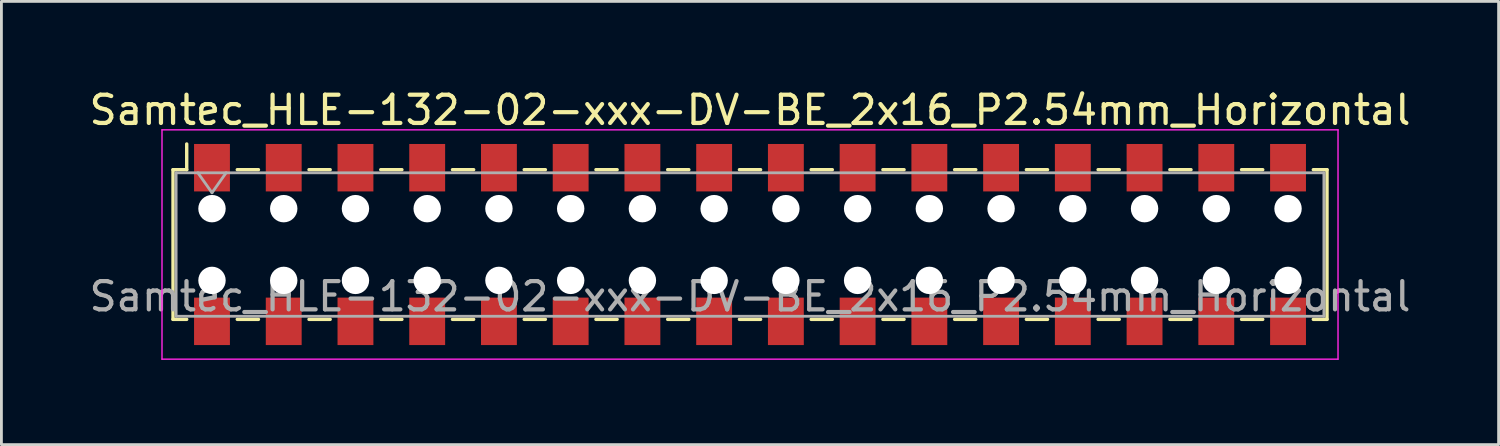
<source format=kicad_pcb>
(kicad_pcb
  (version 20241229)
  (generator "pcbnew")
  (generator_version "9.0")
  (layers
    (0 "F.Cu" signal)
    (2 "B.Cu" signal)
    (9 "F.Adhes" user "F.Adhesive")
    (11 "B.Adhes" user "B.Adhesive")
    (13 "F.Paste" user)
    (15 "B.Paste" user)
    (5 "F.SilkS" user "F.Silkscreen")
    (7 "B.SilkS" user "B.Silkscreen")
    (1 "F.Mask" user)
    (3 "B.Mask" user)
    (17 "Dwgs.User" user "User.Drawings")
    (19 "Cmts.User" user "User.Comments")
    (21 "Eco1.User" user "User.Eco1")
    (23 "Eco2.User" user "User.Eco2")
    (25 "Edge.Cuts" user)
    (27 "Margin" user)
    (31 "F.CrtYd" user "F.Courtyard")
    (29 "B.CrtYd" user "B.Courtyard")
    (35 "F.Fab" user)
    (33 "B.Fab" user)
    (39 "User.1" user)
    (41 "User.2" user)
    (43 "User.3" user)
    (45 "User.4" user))
  (footprint "Samtec_HLE-132-02-xxx-DV-BE_2x16_P2.54mm_Horizontal"
    (layer "F.Cu")
    (at 23.506 5.608)
    (property "Reference" "Samtec_HLE-132-02-xxx-DV-BE_2x16_P2.54mm_Horizontal" (at 0 -4.76 0) (layer "F.SilkS") (effects (font (size 1 1) (thickness 0.15))))
    (attr smd)
    (fp_line (start -20.43 -2.65) (end -20.43 2.65) (stroke (width 0.12) (type solid)) (layer "F.SilkS"))
    (fp_line (start -20.43 2.65) (end -19.945 2.65) (stroke (width 0.12) (type solid)) (layer "F.SilkS"))
    (fp_line (start -19.945 -3.56) (end -19.945 -2.65) (stroke (width 0.12) (type solid)) (layer "F.SilkS"))
    (fp_line (start -19.945 -2.65) (end -20.43 -2.65) (stroke (width 0.12) (type solid)) (layer "F.SilkS"))
    (fp_line (start -18.155 -2.65) (end -17.405 -2.65) (stroke (width 0.12) (type solid)) (layer "F.SilkS"))
    (fp_line (start -18.155 2.65) (end -17.405 2.65) (stroke (width 0.12) (type solid)) (layer "F.SilkS"))
    (fp_line (start -15.615 -2.65) (end -14.865 -2.65) (stroke (width 0.12) (type solid)) (layer "F.SilkS"))
    (fp_line (start -15.615 2.65) (end -14.865 2.65) (stroke (width 0.12) (type solid)) (layer "F.SilkS"))
    (fp_line (start -13.075 -2.65) (end -12.325 -2.65) (stroke (width 0.12) (type solid)) (layer "F.SilkS"))
    (fp_line (start -13.075 2.65) (end -12.325 2.65) (stroke (width 0.12) (type solid)) (layer "F.SilkS"))
    (fp_line (start -10.535 -2.65) (end -9.785 -2.65) (stroke (width 0.12) (type solid)) (layer "F.SilkS"))
    (fp_line (start -10.535 2.65) (end -9.785 2.65) (stroke (width 0.12) (type solid)) (layer "F.SilkS"))
    (fp_line (start -7.995 -2.65) (end -7.245 -2.65) (stroke (width 0.12) (type solid)) (layer "F.SilkS"))
    (fp_line (start -7.995 2.65) (end -7.245 2.65) (stroke (width 0.12) (type solid)) (layer "F.SilkS"))
    (fp_line (start -5.455 -2.65) (end -4.705 -2.65) (stroke (width 0.12) (type solid)) (layer "F.SilkS"))
    (fp_line (start -5.455 2.65) (end -4.705 2.65) (stroke (width 0.12) (type solid)) (layer "F.SilkS"))
    (fp_line (start -2.915 -2.65) (end -2.165 -2.65) (stroke (width 0.12) (type solid)) (layer "F.SilkS"))
    (fp_line (start -2.915 2.65) (end -2.165 2.65) (stroke (width 0.12) (type solid)) (layer "F.SilkS"))
    (fp_line (start -0.375 -2.65) (end 0.375 -2.65) (stroke (width 0.12) (type solid)) (layer "F.SilkS"))
    (fp_line (start -0.375 2.65) (end 0.375 2.65) (stroke (width 0.12) (type solid)) (layer "F.SilkS"))
    (fp_line (start 2.165 -2.65) (end 2.915 -2.65) (stroke (width 0.12) (type solid)) (layer "F.SilkS"))
    (fp_line (start 2.165 2.65) (end 2.915 2.65) (stroke (width 0.12) (type solid)) (layer "F.SilkS"))
    (fp_line (start 4.705 -2.65) (end 5.455 -2.65) (stroke (width 0.12) (type solid)) (layer "F.SilkS"))
    (fp_line (start 4.705 2.65) (end 5.455 2.65) (stroke (width 0.12) (type solid)) (layer "F.SilkS"))
    (fp_line (start 7.245 -2.65) (end 7.995 -2.65) (stroke (width 0.12) (type solid)) (layer "F.SilkS"))
    (fp_line (start 7.245 2.65) (end 7.995 2.65) (stroke (width 0.12) (type solid)) (layer "F.SilkS"))
    (fp_line (start 9.785 -2.65) (end 10.535 -2.65) (stroke (width 0.12) (type solid)) (layer "F.SilkS"))
    (fp_line (start 9.785 2.65) (end 10.535 2.65) (stroke (width 0.12) (type solid)) (layer "F.SilkS"))
    (fp_line (start 12.325 -2.65) (end 13.075 -2.65) (stroke (width 0.12) (type solid)) (layer "F.SilkS"))
    (fp_line (start 12.325 2.65) (end 13.075 2.65) (stroke (width 0.12) (type solid)) (layer "F.SilkS"))
    (fp_line (start 14.865 -2.65) (end 15.615 -2.65) (stroke (width 0.12) (type solid)) (layer "F.SilkS"))
    (fp_line (start 14.865 2.65) (end 15.615 2.65) (stroke (width 0.12) (type solid)) (layer "F.SilkS"))
    (fp_line (start 17.405 -2.65) (end 18.155 -2.65) (stroke (width 0.12) (type solid)) (layer "F.SilkS"))
    (fp_line (start 17.405 2.65) (end 18.155 2.65) (stroke (width 0.12) (type solid)) (layer "F.SilkS"))
    (fp_line (start 19.945 -2.65) (end 20.43 -2.65) (stroke (width 0.12) (type solid)) (layer "F.SilkS"))
    (fp_line (start 20.43 -2.65) (end 20.43 2.65) (stroke (width 0.12) (type solid)) (layer "F.SilkS"))
    (fp_line (start 20.43 2.65) (end 19.945 2.65) (stroke (width 0.12) (type solid)) (layer "F.SilkS"))
    (fp_line (start -20.82 -4.06) (end 20.82 -4.06) (stroke (width 0.05) (type solid)) (layer "F.CrtYd"))
    (fp_line (start -20.82 4.06) (end -20.82 -4.06) (stroke (width 0.05) (type solid)) (layer "F.CrtYd"))
    (fp_line (start 20.82 -4.06) (end 20.82 4.06) (stroke (width 0.05) (type solid)) (layer "F.CrtYd"))
    (fp_line (start 20.82 4.06) (end -20.82 4.06) (stroke (width 0.05) (type solid)) (layer "F.CrtYd"))
    (fp_line (start -20.32 -2.54) (end 20.32 -2.54) (stroke (width 0.1) (type solid)) (layer "F.Fab"))
    (fp_line (start -20.32 2.54) (end -20.32 -2.54) (stroke (width 0.1) (type solid)) (layer "F.Fab"))
    (fp_line (start -19.55 -2.54) (end -19.05 -1.833) (stroke (width 0.1) (type solid)) (layer "F.Fab"))
    (fp_line (start -19.05 -1.833) (end -18.55 -2.54) (stroke (width 0.1) (type solid)) (layer "F.Fab"))
    (fp_line (start 20.32 -2.54) (end 20.32 2.54) (stroke (width 0.1) (type solid)) (layer "F.Fab"))
    (fp_line (start 20.32 2.54) (end -20.32 2.54) (stroke (width 0.1) (type solid)) (layer "F.Fab"))
    (fp_text user "${REFERENCE}" (at 0 1.84 0) (layer "F.Fab") (effects (font (size 1 1) (thickness 0.15))))
    (pad "" np_thru_hole circle (at -19.05 -1.27) (size 0.97 0.97) (drill 0.97) (layers "*.Cu" "*.Mask"))
    (pad "" np_thru_hole circle (at -19.05 1.27) (size 0.97 0.97) (drill 0.97) (layers "*.Cu" "*.Mask"))
    (pad "" np_thru_hole circle (at -16.51 -1.27) (size 0.97 0.97) (drill 0.97) (layers "*.Cu" "*.Mask"))
    (pad "" np_thru_hole circle (at -16.51 1.27) (size 0.97 0.97) (drill 0.97) (layers "*.Cu" "*.Mask"))
    (pad "" np_thru_hole circle (at -13.97 -1.27) (size 0.97 0.97) (drill 0.97) (layers "*.Cu" "*.Mask"))
    (pad "" np_thru_hole circle (at -13.97 1.27) (size 0.97 0.97) (drill 0.97) (layers "*.Cu" "*.Mask"))
    (pad "" np_thru_hole circle (at -11.43 -1.27) (size 0.97 0.97) (drill 0.97) (layers "*.Cu" "*.Mask"))
    (pad "" np_thru_hole circle (at -11.43 1.27) (size 0.97 0.97) (drill 0.97) (layers "*.Cu" "*.Mask"))
    (pad "" np_thru_hole circle (at -8.89 -1.27) (size 0.97 0.97) (drill 0.97) (layers "*.Cu" "*.Mask"))
    (pad "" np_thru_hole circle (at -8.89 1.27) (size 0.97 0.97) (drill 0.97) (layers "*.Cu" "*.Mask"))
    (pad "" np_thru_hole circle (at -6.35 -1.27) (size 0.97 0.97) (drill 0.97) (layers "*.Cu" "*.Mask"))
    (pad "" np_thru_hole circle (at -6.35 1.27) (size 0.97 0.97) (drill 0.97) (layers "*.Cu" "*.Mask"))
    (pad "" np_thru_hole circle (at -3.81 -1.27) (size 0.97 0.97) (drill 0.97) (layers "*.Cu" "*.Mask"))
    (pad "" np_thru_hole circle (at -3.81 1.27) (size 0.97 0.97) (drill 0.97) (layers "*.Cu" "*.Mask"))
    (pad "" np_thru_hole circle (at -1.27 -1.27) (size 0.97 0.97) (drill 0.97) (layers "*.Cu" "*.Mask"))
    (pad "" np_thru_hole circle (at -1.27 1.27) (size 0.97 0.97) (drill 0.97) (layers "*.Cu" "*.Mask"))
    (pad "" np_thru_hole circle (at 1.27 -1.27) (size 0.97 0.97) (drill 0.97) (layers "*.Cu" "*.Mask"))
    (pad "" np_thru_hole circle (at 1.27 1.27) (size 0.97 0.97) (drill 0.97) (layers "*.Cu" "*.Mask"))
    (pad "" np_thru_hole circle (at 3.81 -1.27) (size 0.97 0.97) (drill 0.97) (layers "*.Cu" "*.Mask"))
    (pad "" np_thru_hole circle (at 3.81 1.27) (size 0.97 0.97) (drill 0.97) (layers "*.Cu" "*.Mask"))
    (pad "" np_thru_hole circle (at 6.35 -1.27) (size 0.97 0.97) (drill 0.97) (layers "*.Cu" "*.Mask"))
    (pad "" np_thru_hole circle (at 6.35 1.27) (size 0.97 0.97) (drill 0.97) (layers "*.Cu" "*.Mask"))
    (pad "" np_thru_hole circle (at 8.89 -1.27) (size 0.97 0.97) (drill 0.97) (layers "*.Cu" "*.Mask"))
    (pad "" np_thru_hole circle (at 8.89 1.27) (size 0.97 0.97) (drill 0.97) (layers "*.Cu" "*.Mask"))
    (pad "" np_thru_hole circle (at 11.43 -1.27) (size 0.97 0.97) (drill 0.97) (layers "*.Cu" "*.Mask"))
    (pad "" np_thru_hole circle (at 11.43 1.27) (size 0.97 0.97) (drill 0.97) (layers "*.Cu" "*.Mask"))
    (pad "" np_thru_hole circle (at 13.97 -1.27) (size 0.97 0.97) (drill 0.97) (layers "*.Cu" "*.Mask"))
    (pad "" np_thru_hole circle (at 13.97 1.27) (size 0.97 0.97) (drill 0.97) (layers "*.Cu" "*.Mask"))
    (pad "" np_thru_hole circle (at 16.51 -1.27) (size 0.97 0.97) (drill 0.97) (layers "*.Cu" "*.Mask"))
    (pad "" np_thru_hole circle (at 16.51 1.27) (size 0.97 0.97) (drill 0.97) (layers "*.Cu" "*.Mask"))
    (pad "" np_thru_hole circle (at 19.05 -1.27) (size 0.97 0.97) (drill 0.97) (layers "*.Cu" "*.Mask"))
    (pad "" np_thru_hole circle (at 19.05 1.27) (size 0.97 0.97) (drill 0.97) (layers "*.Cu" "*.Mask"))
    (pad "1" smd rect (at -19.05 -2.72) (size 1.27 1.68) (layers "F.Cu" "F.Mask" "F.Paste"))
    (pad "2" smd rect (at -19.05 2.72) (size 1.27 1.68) (layers "F.Cu" "F.Mask" "F.Paste"))
    (pad "3" smd rect (at -16.51 -2.72) (size 1.27 1.68) (layers "F.Cu" "F.Mask" "F.Paste"))
    (pad "4" smd rect (at -16.51 2.72) (size 1.27 1.68) (layers "F.Cu" "F.Mask" "F.Paste"))
    (pad "5" smd rect (at -13.97 -2.72) (size 1.27 1.68) (layers "F.Cu" "F.Mask" "F.Paste"))
    (pad "6" smd rect (at -13.97 2.72) (size 1.27 1.68) (layers "F.Cu" "F.Mask" "F.Paste"))
    (pad "7" smd rect (at -11.43 -2.72) (size 1.27 1.68) (layers "F.Cu" "F.Mask" "F.Paste"))
    (pad "8" smd rect (at -11.43 2.72) (size 1.27 1.68) (layers "F.Cu" "F.Mask" "F.Paste"))
    (pad "9" smd rect (at -8.89 -2.72) (size 1.27 1.68) (layers "F.Cu" "F.Mask" "F.Paste"))
    (pad "10" smd rect (at -8.89 2.72) (size 1.27 1.68) (layers "F.Cu" "F.Mask" "F.Paste"))
    (pad "11" smd rect (at -6.35 -2.72) (size 1.27 1.68) (layers "F.Cu" "F.Mask" "F.Paste"))
    (pad "12" smd rect (at -6.35 2.72) (size 1.27 1.68) (layers "F.Cu" "F.Mask" "F.Paste"))
    (pad "13" smd rect (at -3.81 -2.72) (size 1.27 1.68) (layers "F.Cu" "F.Mask" "F.Paste"))
    (pad "14" smd rect (at -3.81 2.72) (size 1.27 1.68) (layers "F.Cu" "F.Mask" "F.Paste"))
    (pad "15" smd rect (at -1.27 -2.72) (size 1.27 1.68) (layers "F.Cu" "F.Mask" "F.Paste"))
    (pad "16" smd rect (at -1.27 2.72) (size 1.27 1.68) (layers "F.Cu" "F.Mask" "F.Paste"))
    (pad "17" smd rect (at 1.27 -2.72) (size 1.27 1.68) (layers "F.Cu" "F.Mask" "F.Paste"))
    (pad "18" smd rect (at 1.27 2.72) (size 1.27 1.68) (layers "F.Cu" "F.Mask" "F.Paste"))
    (pad "19" smd rect (at 3.81 -2.72) (size 1.27 1.68) (layers "F.Cu" "F.Mask" "F.Paste"))
    (pad "20" smd rect (at 3.81 2.72) (size 1.27 1.68) (layers "F.Cu" "F.Mask" "F.Paste"))
    (pad "21" smd rect (at 6.35 -2.72) (size 1.27 1.68) (layers "F.Cu" "F.Mask" "F.Paste"))
    (pad "22" smd rect (at 6.35 2.72) (size 1.27 1.68) (layers "F.Cu" "F.Mask" "F.Paste"))
    (pad "23" smd rect (at 8.89 -2.72) (size 1.27 1.68) (layers "F.Cu" "F.Mask" "F.Paste"))
    (pad "24" smd rect (at 8.89 2.72) (size 1.27 1.68) (layers "F.Cu" "F.Mask" "F.Paste"))
    (pad "25" smd rect (at 11.43 -2.72) (size 1.27 1.68) (layers "F.Cu" "F.Mask" "F.Paste"))
    (pad "26" smd rect (at 11.43 2.72) (size 1.27 1.68) (layers "F.Cu" "F.Mask" "F.Paste"))
    (pad "27" smd rect (at 13.97 -2.72) (size 1.27 1.68) (layers "F.Cu" "F.Mask" "F.Paste"))
    (pad "28" smd rect (at 13.97 2.72) (size 1.27 1.68) (layers "F.Cu" "F.Mask" "F.Paste"))
    (pad "29" smd rect (at 16.51 -2.72) (size 1.27 1.68) (layers "F.Cu" "F.Mask" "F.Paste"))
    (pad "30" smd rect (at 16.51 2.72) (size 1.27 1.68) (layers "F.Cu" "F.Mask" "F.Paste"))
    (pad "31" smd rect (at 19.05 -2.72) (size 1.27 1.68) (layers "F.Cu" "F.Mask" "F.Paste"))
    (pad "32" smd rect (at 19.05 2.72) (size 1.27 1.68) (layers "F.Cu" "F.Mask" "F.Paste")))
  (gr_rect
    (start -3 -3)
    (end 50.012 12.693)
    (stroke (width 0.1) (type default))
    (fill no)
    (layer "Edge.Cuts")))
</source>
